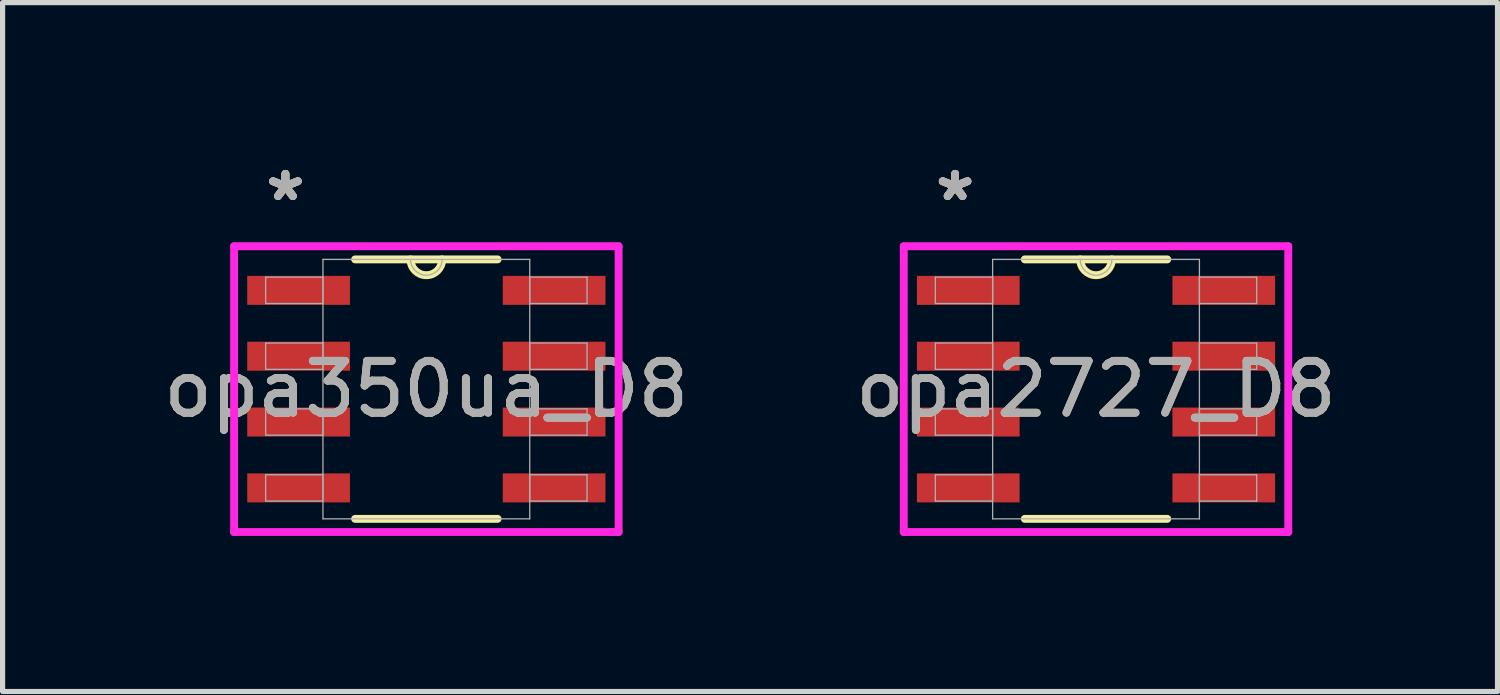
<source format=kicad_pcb>
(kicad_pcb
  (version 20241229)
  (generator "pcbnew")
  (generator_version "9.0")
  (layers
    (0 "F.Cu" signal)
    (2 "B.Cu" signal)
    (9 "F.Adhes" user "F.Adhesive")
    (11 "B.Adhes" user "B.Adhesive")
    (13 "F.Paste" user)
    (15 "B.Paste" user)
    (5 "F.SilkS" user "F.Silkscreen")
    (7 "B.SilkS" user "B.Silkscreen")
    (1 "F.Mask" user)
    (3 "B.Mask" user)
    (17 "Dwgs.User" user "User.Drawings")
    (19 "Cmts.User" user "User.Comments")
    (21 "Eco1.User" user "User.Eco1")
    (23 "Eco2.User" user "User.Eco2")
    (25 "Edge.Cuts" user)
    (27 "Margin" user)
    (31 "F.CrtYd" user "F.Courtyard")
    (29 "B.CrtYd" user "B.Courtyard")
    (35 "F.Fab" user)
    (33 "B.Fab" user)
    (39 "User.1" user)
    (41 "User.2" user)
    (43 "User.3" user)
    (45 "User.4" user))
  (footprint "opa2727_D8"
    (layer "F.Cu")
    (at 18.089 4.455)
    (property "Reference" "opa2727_D8" (at 0 0 0) (unlocked yes) (layer "F.SilkS") (effects (font (size 1 1) (thickness 0.15))))
    (attr smd)
    (fp_line (start -1.374 2.502) (end 1.374 2.502) (stroke (width 0.152) (type solid)) (layer "F.SilkS"))
    (fp_line (start 1.374 -2.502) (end -1.374 -2.502) (stroke (width 0.152) (type solid)) (layer "F.SilkS"))
    (fp_arc (start 0.3048 -2.5019) (mid 0 -2.1971) (end -0.3048 -2.5019) (stroke (width 0.1524) (type solid)) (layer "F.SilkS"))
    (fp_line (start -3.708 -2.756) (end 3.708 -2.756) (stroke (width 0.152) (type solid)) (layer "F.CrtYd"))
    (fp_line (start -3.708 2.756) (end -3.708 -2.756) (stroke (width 0.152) (type solid)) (layer "F.CrtYd"))
    (fp_line (start 3.708 -2.756) (end 3.708 2.756) (stroke (width 0.152) (type solid)) (layer "F.CrtYd"))
    (fp_line (start 3.708 2.756) (end -3.708 2.756) (stroke (width 0.152) (type solid)) (layer "F.CrtYd"))
    (fp_line (start -3.099 -2.159) (end -3.099 -1.651) (stroke (width 0.025) (type solid)) (layer "F.Fab"))
    (fp_line (start -3.099 -1.651) (end -1.994 -1.651) (stroke (width 0.025) (type solid)) (layer "F.Fab"))
    (fp_line (start -3.099 -0.889) (end -3.099 -0.381) (stroke (width 0.025) (type solid)) (layer "F.Fab"))
    (fp_line (start -3.099 -0.381) (end -1.994 -0.381) (stroke (width 0.025) (type solid)) (layer "F.Fab"))
    (fp_line (start -3.099 0.381) (end -3.099 0.889) (stroke (width 0.025) (type solid)) (layer "F.Fab"))
    (fp_line (start -3.099 0.889) (end -1.994 0.889) (stroke (width 0.025) (type solid)) (layer "F.Fab"))
    (fp_line (start -3.099 1.651) (end -3.099 2.159) (stroke (width 0.025) (type solid)) (layer "F.Fab"))
    (fp_line (start -3.099 2.159) (end -1.994 2.159) (stroke (width 0.025) (type solid)) (layer "F.Fab"))
    (fp_line (start -1.994 -2.502) (end -1.994 2.502) (stroke (width 0.025) (type solid)) (layer "F.Fab"))
    (fp_line (start -1.994 -2.159) (end -3.099 -2.159) (stroke (width 0.025) (type solid)) (layer "F.Fab"))
    (fp_line (start -1.994 -1.651) (end -1.994 -2.159) (stroke (width 0.025) (type solid)) (layer "F.Fab"))
    (fp_line (start -1.994 -0.889) (end -3.099 -0.889) (stroke (width 0.025) (type solid)) (layer "F.Fab"))
    (fp_line (start -1.994 -0.381) (end -1.994 -0.889) (stroke (width 0.025) (type solid)) (layer "F.Fab"))
    (fp_line (start -1.994 0.381) (end -3.099 0.381) (stroke (width 0.025) (type solid)) (layer "F.Fab"))
    (fp_line (start -1.994 0.889) (end -1.994 0.381) (stroke (width 0.025) (type solid)) (layer "F.Fab"))
    (fp_line (start -1.994 1.651) (end -3.099 1.651) (stroke (width 0.025) (type solid)) (layer "F.Fab"))
    (fp_line (start -1.994 2.159) (end -1.994 1.651) (stroke (width 0.025) (type solid)) (layer "F.Fab"))
    (fp_line (start -1.994 2.502) (end 1.994 2.502) (stroke (width 0.025) (type solid)) (layer "F.Fab"))
    (fp_line (start 1.994 -2.502) (end -1.994 -2.502) (stroke (width 0.025) (type solid)) (layer "F.Fab"))
    (fp_line (start 1.994 -2.159) (end 1.994 -1.651) (stroke (width 0.025) (type solid)) (layer "F.Fab"))
    (fp_line (start 1.994 -1.651) (end 3.099 -1.651) (stroke (width 0.025) (type solid)) (layer "F.Fab"))
    (fp_line (start 1.994 -0.889) (end 1.994 -0.381) (stroke (width 0.025) (type solid)) (layer "F.Fab"))
    (fp_line (start 1.994 -0.381) (end 3.099 -0.381) (stroke (width 0.025) (type solid)) (layer "F.Fab"))
    (fp_line (start 1.994 0.381) (end 1.994 0.889) (stroke (width 0.025) (type solid)) (layer "F.Fab"))
    (fp_line (start 1.994 0.889) (end 3.099 0.889) (stroke (width 0.025) (type solid)) (layer "F.Fab"))
    (fp_line (start 1.994 1.651) (end 1.994 2.159) (stroke (width 0.025) (type solid)) (layer "F.Fab"))
    (fp_line (start 1.994 2.159) (end 3.099 2.159) (stroke (width 0.025) (type solid)) (layer "F.Fab"))
    (fp_line (start 1.994 2.502) (end 1.994 -2.502) (stroke (width 0.025) (type solid)) (layer "F.Fab"))
    (fp_line (start 3.099 -2.159) (end 1.994 -2.159) (stroke (width 0.025) (type solid)) (layer "F.Fab"))
    (fp_line (start 3.099 -1.651) (end 3.099 -2.159) (stroke (width 0.025) (type solid)) (layer "F.Fab"))
    (fp_line (start 3.099 -0.889) (end 1.994 -0.889) (stroke (width 0.025) (type solid)) (layer "F.Fab"))
    (fp_line (start 3.099 -0.381) (end 3.099 -0.889) (stroke (width 0.025) (type solid)) (layer "F.Fab"))
    (fp_line (start 3.099 0.381) (end 1.994 0.381) (stroke (width 0.025) (type solid)) (layer "F.Fab"))
    (fp_line (start 3.099 0.889) (end 3.099 0.381) (stroke (width 0.025) (type solid)) (layer "F.Fab"))
    (fp_line (start 3.099 1.651) (end 1.994 1.651) (stroke (width 0.025) (type solid)) (layer "F.Fab"))
    (fp_line (start 3.099 2.159) (end 3.099 1.651) (stroke (width 0.025) (type solid)) (layer "F.Fab"))
    (fp_arc (start 0.3048 -2.5019) (mid 0 -2.1971) (end -0.3048 -2.5019) (stroke (width 0.0254) (type solid)) (layer "F.Fab"))
    (fp_text user "*" (at -2.718 -3.607 0) (layer "F.SilkS") (effects (font (size 1 1) (thickness 0.15))))
    (fp_text user "*" (at -2.718 -3.607 0) (unlocked yes) (layer "F.SilkS") (effects (font (size 1 1) (thickness 0.15))))
    (fp_text user "${REFERENCE}" (at 0 0 0) (unlocked yes) (layer "F.Fab") (effects (font (size 1 1) (thickness 0.15))))
    (fp_text user "*" (at -2.718 -3.607 0) (layer "F.Fab") (effects (font (size 1 1) (thickness 0.15))))
    (fp_text user "*" (at -2.718 -3.607 0) (unlocked yes) (layer "F.Fab") (effects (font (size 1 1) (thickness 0.15))))
    (pad "1" smd rect (at -2.464 -1.905) (size 1.981 0.559) (layers "F.Cu" "F.Mask" "F.Paste"))
    (pad "2" smd rect (at -2.464 -0.635) (size 1.981 0.559) (layers "F.Cu" "F.Mask" "F.Paste"))
    (pad "3" smd rect (at -2.464 0.635) (size 1.981 0.559) (layers "F.Cu" "F.Mask" "F.Paste"))
    (pad "4" smd rect (at -2.464 1.905) (size 1.981 0.559) (layers "F.Cu" "F.Mask" "F.Paste"))
    (pad "5" smd rect (at 2.464 1.905) (size 1.981 0.559) (layers "F.Cu" "F.Mask" "F.Paste"))
    (pad "6" smd rect (at 2.464 0.635) (size 1.981 0.559) (layers "F.Cu" "F.Mask" "F.Paste"))
    (pad "7" smd rect (at 2.464 -0.635) (size 1.981 0.559) (layers "F.Cu" "F.Mask" "F.Paste"))
    (pad "8" smd rect (at 2.464 -1.905) (size 1.981 0.559) (layers "F.Cu" "F.Mask" "F.Paste")))
  (footprint "opa350ua_D8"
    (layer "F.Cu")
    (at 5.173 4.455)
    (property "Reference" "opa350ua_D8" (at 0 0 0) (unlocked yes) (layer "F.SilkS") (effects (font (size 1 1) (thickness 0.15))))
    (attr smd)
    (fp_line (start -1.374 2.502) (end 1.374 2.502) (stroke (width 0.152) (type solid)) (layer "F.SilkS"))
    (fp_line (start 1.374 -2.502) (end -1.374 -2.502) (stroke (width 0.152) (type solid)) (layer "F.SilkS"))
    (fp_arc (start 0.3048 -2.5019) (mid 0 -2.1971) (end -0.3048 -2.5019) (stroke (width 0.1524) (type solid)) (layer "F.SilkS"))
    (fp_line (start -3.708 -2.756) (end 3.708 -2.756) (stroke (width 0.152) (type solid)) (layer "F.CrtYd"))
    (fp_line (start -3.708 2.756) (end -3.708 -2.756) (stroke (width 0.152) (type solid)) (layer "F.CrtYd"))
    (fp_line (start 3.708 -2.756) (end 3.708 2.756) (stroke (width 0.152) (type solid)) (layer "F.CrtYd"))
    (fp_line (start 3.708 2.756) (end -3.708 2.756) (stroke (width 0.152) (type solid)) (layer "F.CrtYd"))
    (fp_line (start -3.099 -2.159) (end -3.099 -1.651) (stroke (width 0.025) (type solid)) (layer "F.Fab"))
    (fp_line (start -3.099 -1.651) (end -1.994 -1.651) (stroke (width 0.025) (type solid)) (layer "F.Fab"))
    (fp_line (start -3.099 -0.889) (end -3.099 -0.381) (stroke (width 0.025) (type solid)) (layer "F.Fab"))
    (fp_line (start -3.099 -0.381) (end -1.994 -0.381) (stroke (width 0.025) (type solid)) (layer "F.Fab"))
    (fp_line (start -3.099 0.381) (end -3.099 0.889) (stroke (width 0.025) (type solid)) (layer "F.Fab"))
    (fp_line (start -3.099 0.889) (end -1.994 0.889) (stroke (width 0.025) (type solid)) (layer "F.Fab"))
    (fp_line (start -3.099 1.651) (end -3.099 2.159) (stroke (width 0.025) (type solid)) (layer "F.Fab"))
    (fp_line (start -3.099 2.159) (end -1.994 2.159) (stroke (width 0.025) (type solid)) (layer "F.Fab"))
    (fp_line (start -1.994 -2.502) (end -1.994 2.502) (stroke (width 0.025) (type solid)) (layer "F.Fab"))
    (fp_line (start -1.994 -2.159) (end -3.099 -2.159) (stroke (width 0.025) (type solid)) (layer "F.Fab"))
    (fp_line (start -1.994 -1.651) (end -1.994 -2.159) (stroke (width 0.025) (type solid)) (layer "F.Fab"))
    (fp_line (start -1.994 -0.889) (end -3.099 -0.889) (stroke (width 0.025) (type solid)) (layer "F.Fab"))
    (fp_line (start -1.994 -0.381) (end -1.994 -0.889) (stroke (width 0.025) (type solid)) (layer "F.Fab"))
    (fp_line (start -1.994 0.381) (end -3.099 0.381) (stroke (width 0.025) (type solid)) (layer "F.Fab"))
    (fp_line (start -1.994 0.889) (end -1.994 0.381) (stroke (width 0.025) (type solid)) (layer "F.Fab"))
    (fp_line (start -1.994 1.651) (end -3.099 1.651) (stroke (width 0.025) (type solid)) (layer "F.Fab"))
    (fp_line (start -1.994 2.159) (end -1.994 1.651) (stroke (width 0.025) (type solid)) (layer "F.Fab"))
    (fp_line (start -1.994 2.502) (end 1.994 2.502) (stroke (width 0.025) (type solid)) (layer "F.Fab"))
    (fp_line (start 1.994 -2.502) (end -1.994 -2.502) (stroke (width 0.025) (type solid)) (layer "F.Fab"))
    (fp_line (start 1.994 -2.159) (end 1.994 -1.651) (stroke (width 0.025) (type solid)) (layer "F.Fab"))
    (fp_line (start 1.994 -1.651) (end 3.099 -1.651) (stroke (width 0.025) (type solid)) (layer "F.Fab"))
    (fp_line (start 1.994 -0.889) (end 1.994 -0.381) (stroke (width 0.025) (type solid)) (layer "F.Fab"))
    (fp_line (start 1.994 -0.381) (end 3.099 -0.381) (stroke (width 0.025) (type solid)) (layer "F.Fab"))
    (fp_line (start 1.994 0.381) (end 1.994 0.889) (stroke (width 0.025) (type solid)) (layer "F.Fab"))
    (fp_line (start 1.994 0.889) (end 3.099 0.889) (stroke (width 0.025) (type solid)) (layer "F.Fab"))
    (fp_line (start 1.994 1.651) (end 1.994 2.159) (stroke (width 0.025) (type solid)) (layer "F.Fab"))
    (fp_line (start 1.994 2.159) (end 3.099 2.159) (stroke (width 0.025) (type solid)) (layer "F.Fab"))
    (fp_line (start 1.994 2.502) (end 1.994 -2.502) (stroke (width 0.025) (type solid)) (layer "F.Fab"))
    (fp_line (start 3.099 -2.159) (end 1.994 -2.159) (stroke (width 0.025) (type solid)) (layer "F.Fab"))
    (fp_line (start 3.099 -1.651) (end 3.099 -2.159) (stroke (width 0.025) (type solid)) (layer "F.Fab"))
    (fp_line (start 3.099 -0.889) (end 1.994 -0.889) (stroke (width 0.025) (type solid)) (layer "F.Fab"))
    (fp_line (start 3.099 -0.381) (end 3.099 -0.889) (stroke (width 0.025) (type solid)) (layer "F.Fab"))
    (fp_line (start 3.099 0.381) (end 1.994 0.381) (stroke (width 0.025) (type solid)) (layer "F.Fab"))
    (fp_line (start 3.099 0.889) (end 3.099 0.381) (stroke (width 0.025) (type solid)) (layer "F.Fab"))
    (fp_line (start 3.099 1.651) (end 1.994 1.651) (stroke (width 0.025) (type solid)) (layer "F.Fab"))
    (fp_line (start 3.099 2.159) (end 3.099 1.651) (stroke (width 0.025) (type solid)) (layer "F.Fab"))
    (fp_arc (start 0.3048 -2.5019) (mid 0 -2.1971) (end -0.3048 -2.5019) (stroke (width 0.0254) (type solid)) (layer "F.Fab"))
    (fp_text user "*" (at -2.718 -3.607 0) (unlocked yes) (layer "F.SilkS") (effects (font (size 1 1) (thickness 0.15))))
    (fp_text user "*" (at -2.718 -3.607 0) (layer "F.SilkS") (effects (font (size 1 1) (thickness 0.15))))
    (fp_text user "*" (at -2.718 -3.607 0) (unlocked yes) (layer "F.Fab") (effects (font (size 1 1) (thickness 0.15))))
    (fp_text user "*" (at -2.718 -3.607 0) (layer "F.Fab") (effects (font (size 1 1) (thickness 0.15))))
    (fp_text user "${REFERENCE}" (at 0 0 0) (unlocked yes) (layer "F.Fab") (effects (font (size 1 1) (thickness 0.15))))
    (pad "1" smd rect (at -2.464 -1.905) (size 1.981 0.559) (layers "F.Cu" "F.Mask" "F.Paste"))
    (pad "2" smd rect (at -2.464 -0.635) (size 1.981 0.559) (layers "F.Cu" "F.Mask" "F.Paste"))
    (pad "3" smd rect (at -2.464 0.635) (size 1.981 0.559) (layers "F.Cu" "F.Mask" "F.Paste"))
    (pad "4" smd rect (at -2.464 1.905) (size 1.981 0.559) (layers "F.Cu" "F.Mask" "F.Paste"))
    (pad "5" smd rect (at 2.464 1.905) (size 1.981 0.559) (layers "F.Cu" "F.Mask" "F.Paste"))
    (pad "6" smd rect (at 2.464 0.635) (size 1.981 0.559) (layers "F.Cu" "F.Mask" "F.Paste"))
    (pad "7" smd rect (at 2.464 -0.635) (size 1.981 0.559) (layers "F.Cu" "F.Mask" "F.Paste"))
    (pad "8" smd rect (at 2.464 -1.905) (size 1.981 0.559) (layers "F.Cu" "F.Mask" "F.Paste")))
  (gr_rect
    (start -3 -3)
    (end 25.833 10.287)
    (stroke (width 0.1) (type default))
    (fill no)
    (layer "Edge.Cuts")))
</source>
